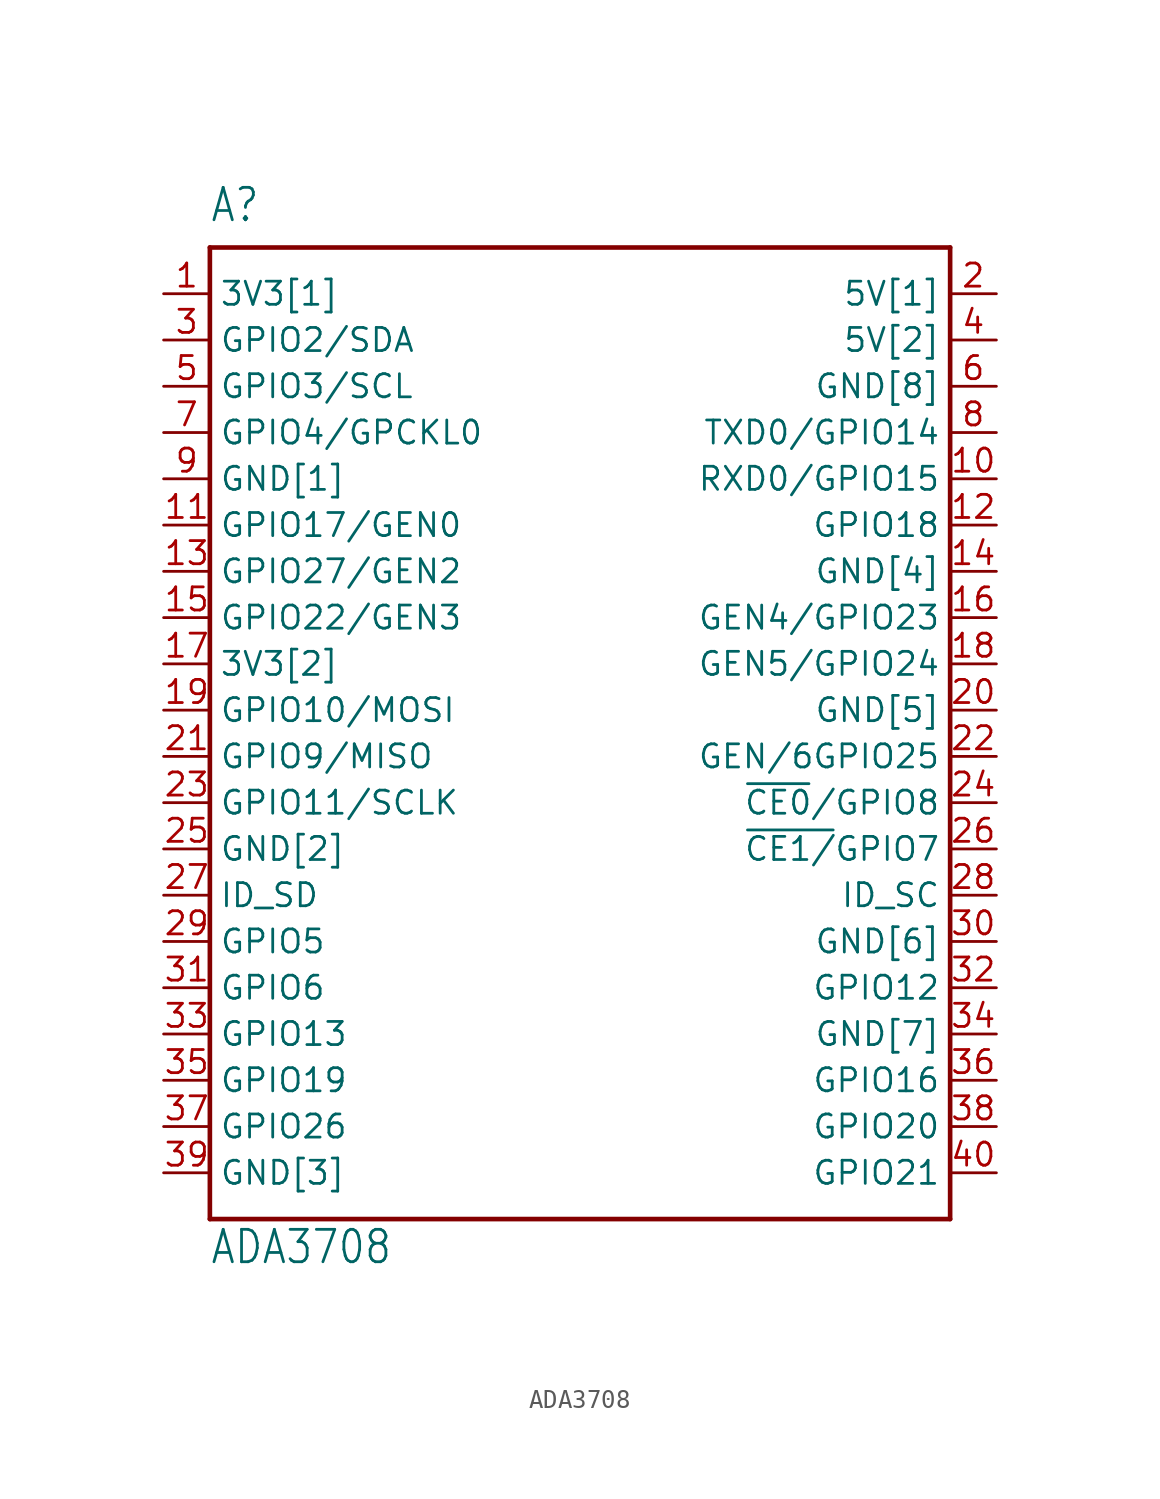
<source format=kicad_sym>
(kicad_symbol_lib
  (version 20211014)
  (generator kicad_symbol_editor)
  (symbol "ADA3708"
    (property "Reference" "A"
      (at -20.34 26.696 0)
      (effects (font (size 1.78 1.513)) (justify left bottom)))
    (property "Value" "ADA3708"
      (at -20.339 -30.509 0)
      (effects (font (size 1.78 1.513)) (justify left bottom)))
    (property "ki_locked" ""
      (at 0 0 0)
      (effects (font (size 1.27 1.27))))
    (symbol "ADA3708_1_0"
      (polyline (pts (xy -20.32 -27.94) (xy -20.32 25.4)) (stroke (width 0.254) (type default) (color 0 0 0 0)) (fill (type none)))
      (polyline (pts (xy -20.32 25.4) (xy 20.32 25.4)) (stroke (width 0.254) (type default) (color 0 0 0 0)) (fill (type none)))
      (polyline (pts (xy 20.32 -27.94) (xy -20.32 -27.94)) (stroke (width 0.254) (type default) (color 0 0 0 0)) (fill (type none)))
      (polyline (pts (xy 20.32 25.4) (xy 20.32 -27.94)) (stroke (width 0.254) (type default) (color 0 0 0 0)) (fill (type none)))
      (pin power_in line (at -22.86 22.86 0) (length 2.54) (name "3V3[1]" (effects (font (size 1.27 1.27)))) (number "1" (effects (font (size 1.27 1.27)))))
      (pin bidirectional line (at 22.86 12.7 180) (length 2.54) (name "RXD0/GPIO15" (effects (font (size 1.27 1.27)))) (number "10" (effects (font (size 1.27 1.27)))))
      (pin bidirectional line (at -22.86 10.16 0) (length 2.54) (name "GPIO17/GEN0" (effects (font (size 1.27 1.27)))) (number "11" (effects (font (size 1.27 1.27)))))
      (pin bidirectional line (at 22.86 10.16 180) (length 2.54) (name "GPIO18" (effects (font (size 1.27 1.27)))) (number "12" (effects (font (size 1.27 1.27)))))
      (pin bidirectional line (at -22.86 7.62 0) (length 2.54) (name "GPIO27/GEN2" (effects (font (size 1.27 1.27)))) (number "13" (effects (font (size 1.27 1.27)))))
      (pin power_in line (at 22.86 7.62 180) (length 2.54) (name "GND[4]" (effects (font (size 1.27 1.27)))) (number "14" (effects (font (size 1.27 1.27)))))
      (pin bidirectional line (at -22.86 5.08 0) (length 2.54) (name "GPIO22/GEN3" (effects (font (size 1.27 1.27)))) (number "15" (effects (font (size 1.27 1.27)))))
      (pin bidirectional line (at 22.86 5.08 180) (length 2.54) (name "GEN4/GPIO23" (effects (font (size 1.27 1.27)))) (number "16" (effects (font (size 1.27 1.27)))))
      (pin power_in line (at -22.86 2.54 0) (length 2.54) (name "3V3[2]" (effects (font (size 1.27 1.27)))) (number "17" (effects (font (size 1.27 1.27)))))
      (pin bidirectional line (at 22.86 2.54 180) (length 2.54) (name "GEN5/GPIO24" (effects (font (size 1.27 1.27)))) (number "18" (effects (font (size 1.27 1.27)))))
      (pin bidirectional line (at -22.86 0 0) (length 2.54) (name "GPIO10/MOSI" (effects (font (size 1.27 1.27)))) (number "19" (effects (font (size 1.27 1.27)))))
      (pin power_in line (at 22.86 22.86 180) (length 2.54) (name "5V[1]" (effects (font (size 1.27 1.27)))) (number "2" (effects (font (size 1.27 1.27)))))
      (pin power_in line (at 22.86 0 180) (length 2.54) (name "GND[5]" (effects (font (size 1.27 1.27)))) (number "20" (effects (font (size 1.27 1.27)))))
      (pin bidirectional line (at -22.86 -2.54 0) (length 2.54) (name "GPIO9/MISO" (effects (font (size 1.27 1.27)))) (number "21" (effects (font (size 1.27 1.27)))))
      (pin bidirectional line (at 22.86 -2.54 180) (length 2.54) (name "GEN/6GPIO25" (effects (font (size 1.27 1.27)))) (number "22" (effects (font (size 1.27 1.27)))))
      (pin bidirectional line (at -22.86 -5.08 0) (length 2.54) (name "GPIO11/SCLK" (effects (font (size 1.27 1.27)))) (number "23" (effects (font (size 1.27 1.27)))))
      (pin bidirectional line (at 22.86 -5.08 180) (length 2.54) (name "~{CE0}/GPIO8" (effects (font (size 1.27 1.27)))) (number "24" (effects (font (size 1.27 1.27)))))
      (pin power_in line (at -22.86 -7.62 0) (length 2.54) (name "GND[2]" (effects (font (size 1.27 1.27)))) (number "25" (effects (font (size 1.27 1.27)))))
      (pin bidirectional line (at 22.86 -7.62 180) (length 2.54) (name "~{CE1/}GPIO7" (effects (font (size 1.27 1.27)))) (number "26" (effects (font (size 1.27 1.27)))))
      (pin bidirectional line (at -22.86 -10.16 0) (length 2.54) (name "ID_SD" (effects (font (size 1.27 1.27)))) (number "27" (effects (font (size 1.27 1.27)))))
      (pin bidirectional line (at 22.86 -10.16 180) (length 2.54) (name "ID_SC" (effects (font (size 1.27 1.27)))) (number "28" (effects (font (size 1.27 1.27)))))
      (pin bidirectional line (at -22.86 -12.7 0) (length 2.54) (name "GPIO5" (effects (font (size 1.27 1.27)))) (number "29" (effects (font (size 1.27 1.27)))))
      (pin bidirectional line (at -22.86 20.32 0) (length 2.54) (name "GPIO2/SDA" (effects (font (size 1.27 1.27)))) (number "3" (effects (font (size 1.27 1.27)))))
      (pin power_in line (at 22.86 -12.7 180) (length 2.54) (name "GND[6]" (effects (font (size 1.27 1.27)))) (number "30" (effects (font (size 1.27 1.27)))))
      (pin bidirectional line (at -22.86 -15.24 0) (length 2.54) (name "GPIO6" (effects (font (size 1.27 1.27)))) (number "31" (effects (font (size 1.27 1.27)))))
      (pin bidirectional line (at 22.86 -15.24 180) (length 2.54) (name "GPIO12" (effects (font (size 1.27 1.27)))) (number "32" (effects (font (size 1.27 1.27)))))
      (pin bidirectional line (at -22.86 -17.78 0) (length 2.54) (name "GPIO13" (effects (font (size 1.27 1.27)))) (number "33" (effects (font (size 1.27 1.27)))))
      (pin power_in line (at 22.86 -17.78 180) (length 2.54) (name "GND[7]" (effects (font (size 1.27 1.27)))) (number "34" (effects (font (size 1.27 1.27)))))
      (pin bidirectional line (at -22.86 -20.32 0) (length 2.54) (name "GPIO19" (effects (font (size 1.27 1.27)))) (number "35" (effects (font (size 1.27 1.27)))))
      (pin bidirectional line (at 22.86 -20.32 180) (length 2.54) (name "GPIO16" (effects (font (size 1.27 1.27)))) (number "36" (effects (font (size 1.27 1.27)))))
      (pin bidirectional line (at -22.86 -22.86 0) (length 2.54) (name "GPIO26" (effects (font (size 1.27 1.27)))) (number "37" (effects (font (size 1.27 1.27)))))
      (pin bidirectional line (at 22.86 -22.86 180) (length 2.54) (name "GPIO20" (effects (font (size 1.27 1.27)))) (number "38" (effects (font (size 1.27 1.27)))))
      (pin power_in line (at -22.86 -25.4 0) (length 2.54) (name "GND[3]" (effects (font (size 1.27 1.27)))) (number "39" (effects (font (size 1.27 1.27)))))
      (pin power_in line (at 22.86 20.32 180) (length 2.54) (name "5V[2]" (effects (font (size 1.27 1.27)))) (number "4" (effects (font (size 1.27 1.27)))))
      (pin bidirectional line (at 22.86 -25.4 180) (length 2.54) (name "GPIO21" (effects (font (size 1.27 1.27)))) (number "40" (effects (font (size 1.27 1.27)))))
      (pin bidirectional line (at -22.86 17.78 0) (length 2.54) (name "GPIO3/SCL" (effects (font (size 1.27 1.27)))) (number "5" (effects (font (size 1.27 1.27)))))
      (pin power_in line (at 22.86 17.78 180) (length 2.54) (name "GND[8]" (effects (font (size 1.27 1.27)))) (number "6" (effects (font (size 1.27 1.27)))))
      (pin bidirectional line (at -22.86 15.24 0) (length 2.54) (name "GPIO4/GPCKL0" (effects (font (size 1.27 1.27)))) (number "7" (effects (font (size 1.27 1.27)))))
      (pin bidirectional line (at 22.86 15.24 180) (length 2.54) (name "TXD0/GPIO14" (effects (font (size 1.27 1.27)))) (number "8" (effects (font (size 1.27 1.27)))))
      (pin power_in line (at -22.86 12.7 0) (length 2.54) (name "GND[1]" (effects (font (size 1.27 1.27)))) (number "9" (effects (font (size 1.27 1.27))))))))
</source>
